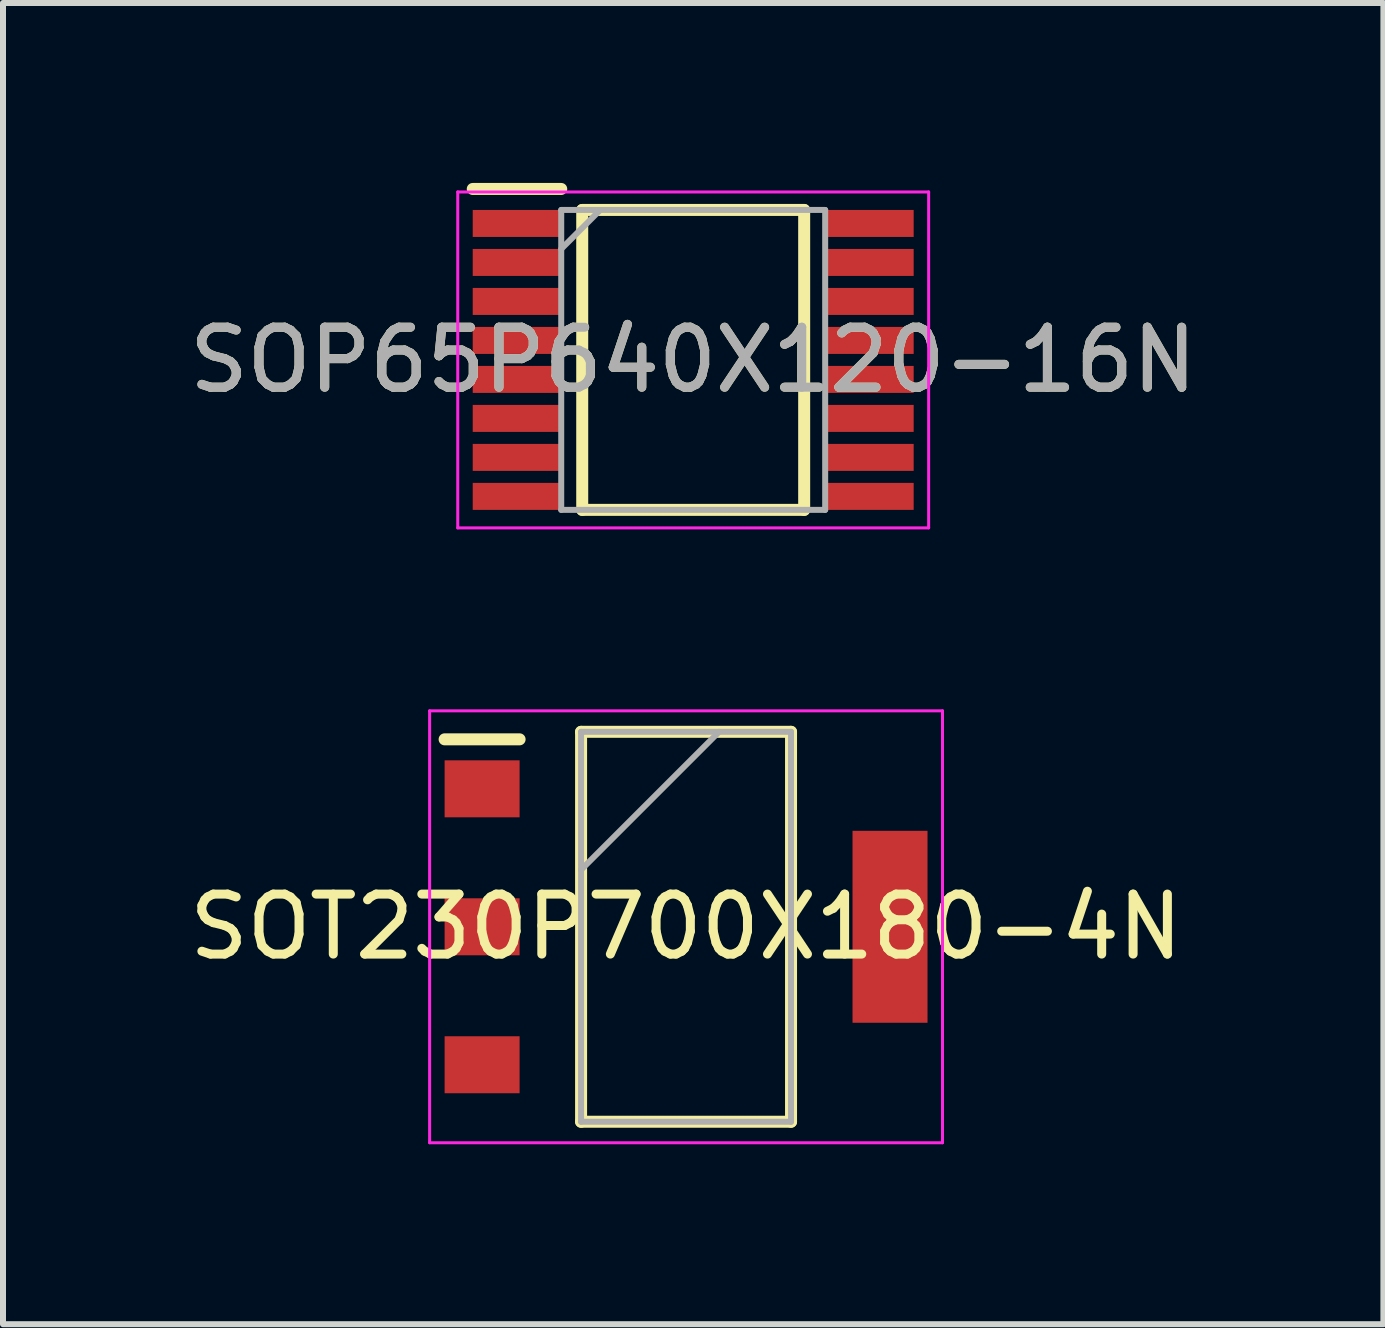
<source format=kicad_pcb>
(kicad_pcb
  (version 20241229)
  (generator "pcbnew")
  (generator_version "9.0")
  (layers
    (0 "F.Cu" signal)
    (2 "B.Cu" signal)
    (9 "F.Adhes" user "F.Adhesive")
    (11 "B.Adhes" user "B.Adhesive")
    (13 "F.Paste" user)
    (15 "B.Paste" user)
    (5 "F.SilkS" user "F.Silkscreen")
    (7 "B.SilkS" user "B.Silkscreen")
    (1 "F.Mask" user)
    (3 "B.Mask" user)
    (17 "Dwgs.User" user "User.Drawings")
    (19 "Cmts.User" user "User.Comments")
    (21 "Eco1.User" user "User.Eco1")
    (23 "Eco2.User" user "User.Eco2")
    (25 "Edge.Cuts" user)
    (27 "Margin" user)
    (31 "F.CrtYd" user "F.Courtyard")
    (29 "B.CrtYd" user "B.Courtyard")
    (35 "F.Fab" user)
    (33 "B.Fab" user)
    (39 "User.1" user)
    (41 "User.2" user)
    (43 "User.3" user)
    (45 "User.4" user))
  (footprint "SOT230P700X180-4N"
    (layer "F.Cu")
    (at 8.387 12.4)
    (property "Reference" "SOT230P700X180-4N" (at 0 0 0) (layer "F.SilkS") (effects (font (size 1 1) (thickness 0.15))))
    (attr smd)
    (fp_line (start -4.025 -3.125) (end -2.775 -3.125) (stroke (width 0.2) (type solid)) (layer "F.SilkS"))
    (fp_line (start -1.75 -3.25) (end 1.75 -3.25) (stroke (width 0.2) (type solid)) (layer "F.SilkS"))
    (fp_line (start -1.75 3.25) (end -1.75 -3.25) (stroke (width 0.2) (type solid)) (layer "F.SilkS"))
    (fp_line (start 1.75 -3.25) (end 1.75 3.25) (stroke (width 0.2) (type solid)) (layer "F.SilkS"))
    (fp_line (start 1.75 3.25) (end -1.75 3.25) (stroke (width 0.2) (type solid)) (layer "F.SilkS"))
    (fp_line (start -4.275 -3.6) (end 4.275 -3.6) (stroke (width 0.05) (type solid)) (layer "F.CrtYd"))
    (fp_line (start -4.275 3.6) (end -4.275 -3.6) (stroke (width 0.05) (type solid)) (layer "F.CrtYd"))
    (fp_line (start 4.275 -3.6) (end 4.275 3.6) (stroke (width 0.05) (type solid)) (layer "F.CrtYd"))
    (fp_line (start 4.275 3.6) (end -4.275 3.6) (stroke (width 0.05) (type solid)) (layer "F.CrtYd"))
    (fp_line (start -1.75 -3.25) (end 1.75 -3.25) (stroke (width 0.1) (type solid)) (layer "F.Fab"))
    (fp_line (start -1.75 -0.95) (end 0.55 -3.25) (stroke (width 0.1) (type solid)) (layer "F.Fab"))
    (fp_line (start -1.75 3.25) (end -1.75 -3.25) (stroke (width 0.1) (type solid)) (layer "F.Fab"))
    (fp_line (start 1.75 -3.25) (end 1.75 3.25) (stroke (width 0.1) (type solid)) (layer "F.Fab"))
    (fp_line (start 1.75 3.25) (end -1.75 3.25) (stroke (width 0.1) (type solid)) (layer "F.Fab"))
    (pad "1" smd rect (at -3.4 -2.3 90) (size 0.95 1.25) (layers "F.Cu" "F.Mask" "F.Paste"))
    (pad "2" smd rect (at -3.4 0 90) (size 0.95 1.25) (layers "F.Cu" "F.Mask" "F.Paste"))
    (pad "3" smd rect (at -3.4 2.3 90) (size 0.95 1.25) (layers "F.Cu" "F.Mask" "F.Paste"))
    (pad "4" smd rect (at 3.4 0) (size 1.25 3.2) (layers "F.Cu" "F.Mask" "F.Paste")))
  (footprint "SOP65P640X120-16N"
    (layer "F.Cu")
    (at 8.506 2.95)
    (property "Reference" "SOP65P640X120-16N" (at 0 0 0) (layer "F.SilkS") (effects (font (size 1 1) (thickness 0.15))))
    (attr smd)
    (fp_line (start -3.675 -2.85) (end -2.2 -2.85) (stroke (width 0.2) (type solid)) (layer "F.SilkS"))
    (fp_line (start -1.85 -2.5) (end 1.85 -2.5) (stroke (width 0.2) (type solid)) (layer "F.SilkS"))
    (fp_line (start -1.85 2.5) (end -1.85 -2.5) (stroke (width 0.2) (type solid)) (layer "F.SilkS"))
    (fp_line (start 1.85 -2.5) (end 1.85 2.5) (stroke (width 0.2) (type solid)) (layer "F.SilkS"))
    (fp_line (start 1.85 2.5) (end -1.85 2.5) (stroke (width 0.2) (type solid)) (layer "F.SilkS"))
    (fp_line (start -3.925 -2.8) (end 3.925 -2.8) (stroke (width 0.05) (type solid)) (layer "F.CrtYd"))
    (fp_line (start -3.925 2.8) (end -3.925 -2.8) (stroke (width 0.05) (type solid)) (layer "F.CrtYd"))
    (fp_line (start 3.925 -2.8) (end 3.925 2.8) (stroke (width 0.05) (type solid)) (layer "F.CrtYd"))
    (fp_line (start 3.925 2.8) (end -3.925 2.8) (stroke (width 0.05) (type solid)) (layer "F.CrtYd"))
    (fp_line (start -2.2 -2.5) (end 2.2 -2.5) (stroke (width 0.1) (type solid)) (layer "F.Fab"))
    (fp_line (start -2.2 -1.85) (end -1.55 -2.5) (stroke (width 0.1) (type solid)) (layer "F.Fab"))
    (fp_line (start -2.2 2.5) (end -2.2 -2.5) (stroke (width 0.1) (type solid)) (layer "F.Fab"))
    (fp_line (start 2.2 -2.5) (end 2.2 2.5) (stroke (width 0.1) (type solid)) (layer "F.Fab"))
    (fp_line (start 2.2 2.5) (end -2.2 2.5) (stroke (width 0.1) (type solid)) (layer "F.Fab"))
    (fp_text user "${REFERENCE}" (at 0 0 0) (layer "F.Fab") (effects (font (size 1 1) (thickness 0.15))))
    (pad "1" smd rect (at -2.938 -2.275 90) (size 0.45 1.475) (layers "F.Cu" "F.Mask" "F.Paste"))
    (pad "2" smd rect (at -2.938 -1.625 90) (size 0.45 1.475) (layers "F.Cu" "F.Mask" "F.Paste"))
    (pad "3" smd rect (at -2.938 -0.975 90) (size 0.45 1.475) (layers "F.Cu" "F.Mask" "F.Paste"))
    (pad "4" smd rect (at -2.938 -0.325 90) (size 0.45 1.475) (layers "F.Cu" "F.Mask" "F.Paste"))
    (pad "5" smd rect (at -2.938 0.325 90) (size 0.45 1.475) (layers "F.Cu" "F.Mask" "F.Paste"))
    (pad "6" smd rect (at -2.938 0.975 90) (size 0.45 1.475) (layers "F.Cu" "F.Mask" "F.Paste"))
    (pad "7" smd rect (at -2.938 1.625 90) (size 0.45 1.475) (layers "F.Cu" "F.Mask" "F.Paste"))
    (pad "8" smd rect (at -2.938 2.275 90) (size 0.45 1.475) (layers "F.Cu" "F.Mask" "F.Paste"))
    (pad "9" smd rect (at 2.938 2.275 90) (size 0.45 1.475) (layers "F.Cu" "F.Mask" "F.Paste"))
    (pad "10" smd rect (at 2.938 1.625 90) (size 0.45 1.475) (layers "F.Cu" "F.Mask" "F.Paste"))
    (pad "11" smd rect (at 2.938 0.975 90) (size 0.45 1.475) (layers "F.Cu" "F.Mask" "F.Paste"))
    (pad "12" smd rect (at 2.938 0.325 90) (size 0.45 1.475) (layers "F.Cu" "F.Mask" "F.Paste"))
    (pad "13" smd rect (at 2.938 -0.325 90) (size 0.45 1.475) (layers "F.Cu" "F.Mask" "F.Paste"))
    (pad "14" smd rect (at 2.938 -0.975 90) (size 0.45 1.475) (layers "F.Cu" "F.Mask" "F.Paste"))
    (pad "15" smd rect (at 2.938 -1.625 90) (size 0.45 1.475) (layers "F.Cu" "F.Mask" "F.Paste"))
    (pad "16" smd rect (at 2.938 -2.275 90) (size 0.45 1.475) (layers "F.Cu" "F.Mask" "F.Paste")))
  (gr_rect
    (start -3 -3)
    (end 20.012 19.025)
    (stroke (width 0.1) (type default))
    (fill no)
    (layer "Edge.Cuts")))
</source>
